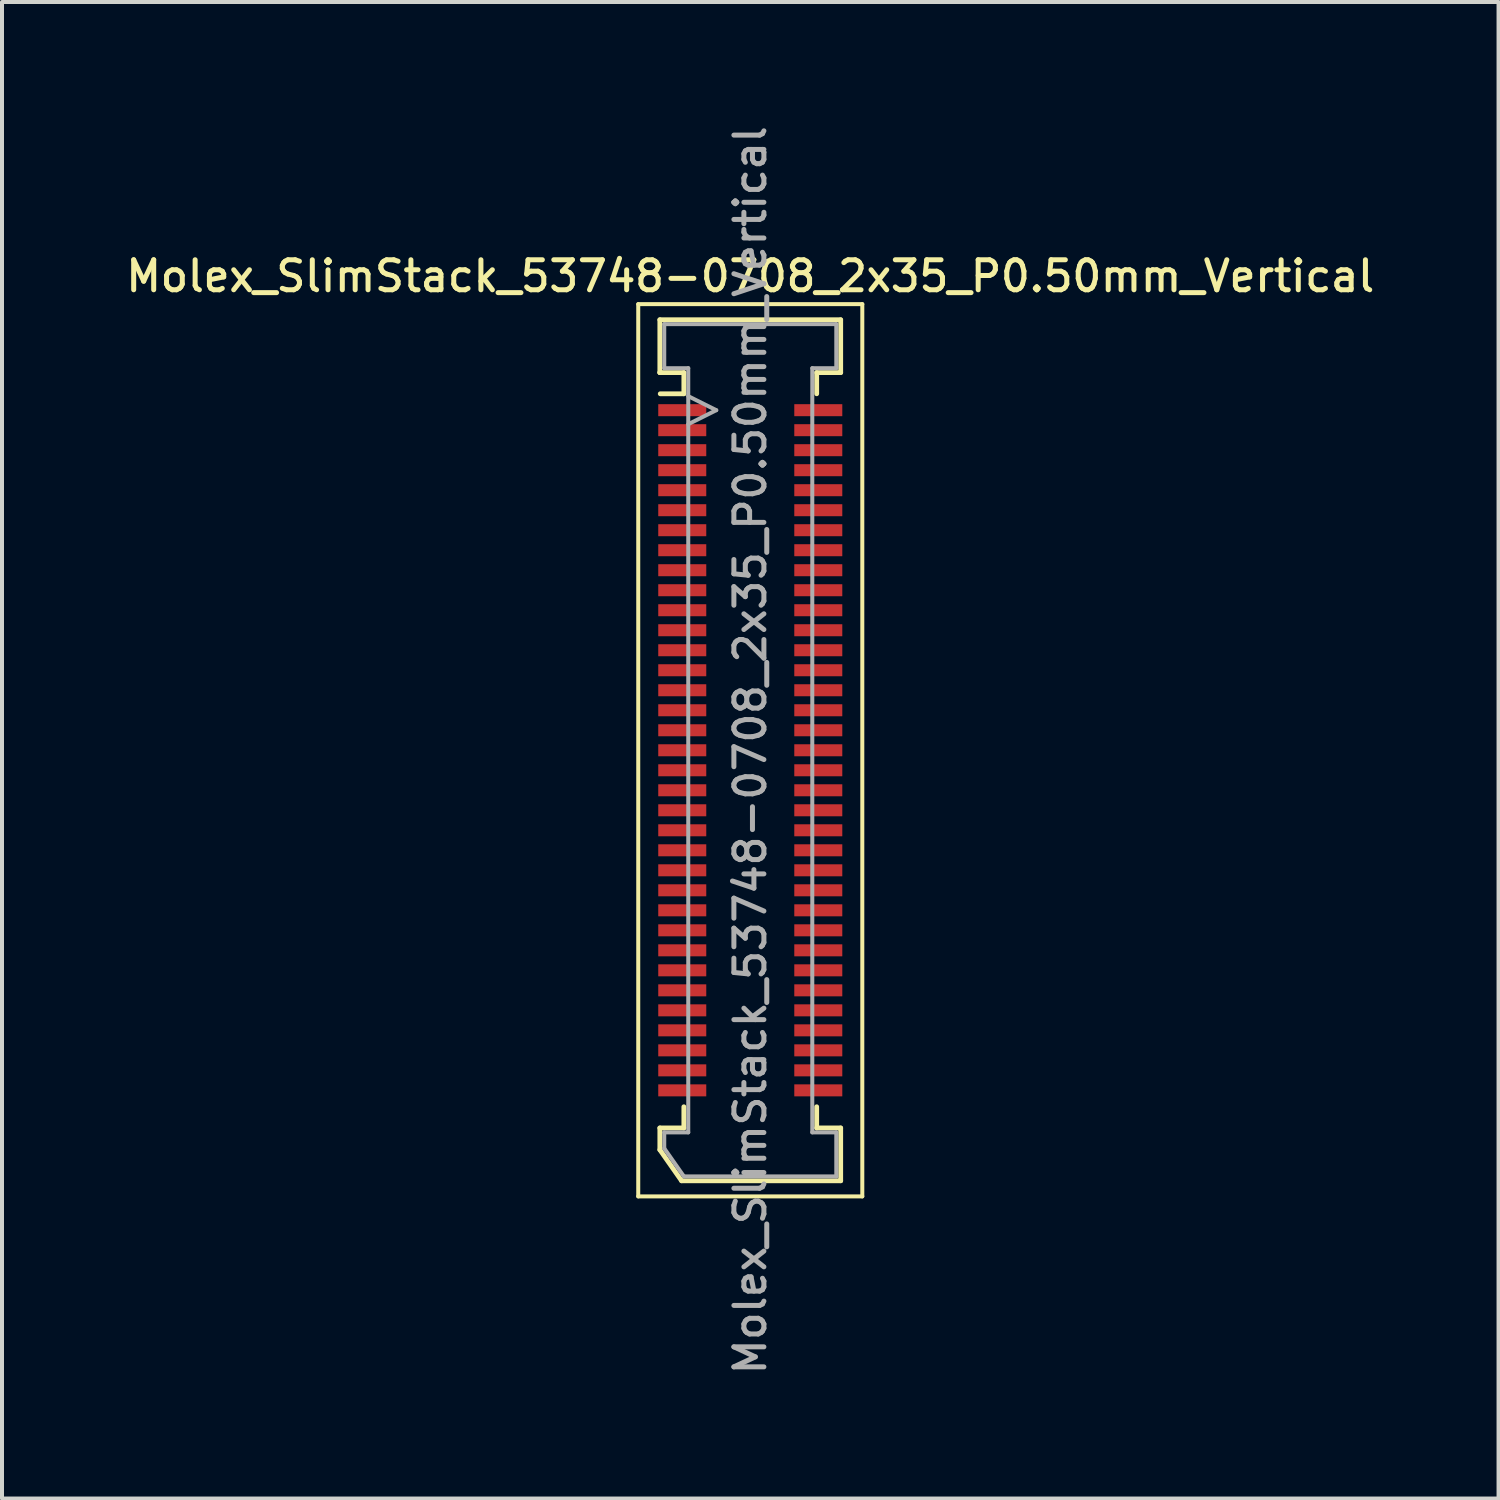
<source format=kicad_pcb>
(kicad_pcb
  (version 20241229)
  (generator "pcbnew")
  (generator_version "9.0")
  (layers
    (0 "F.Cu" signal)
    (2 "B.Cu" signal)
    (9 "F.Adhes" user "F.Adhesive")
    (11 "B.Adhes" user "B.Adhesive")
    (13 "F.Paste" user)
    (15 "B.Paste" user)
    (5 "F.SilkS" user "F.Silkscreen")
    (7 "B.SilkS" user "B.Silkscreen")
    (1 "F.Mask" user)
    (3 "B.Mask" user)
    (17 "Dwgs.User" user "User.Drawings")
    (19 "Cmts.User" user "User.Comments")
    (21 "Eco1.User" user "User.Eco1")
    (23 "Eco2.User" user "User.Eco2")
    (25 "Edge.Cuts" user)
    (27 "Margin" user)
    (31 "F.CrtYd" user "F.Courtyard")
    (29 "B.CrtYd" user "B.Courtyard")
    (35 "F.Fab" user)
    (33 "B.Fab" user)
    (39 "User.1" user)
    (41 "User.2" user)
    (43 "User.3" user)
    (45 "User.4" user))
  (footprint "Molex_SlimStack_53748-0708_2x35_P0.50mm_Vertical"
    (layer "F.Cu")
    (at 15.702 15.702)
    (property "Reference" "Molex_SlimStack_53748-0708_2x35_P0.50mm_Vertical" (at 0 -11.85 0) (layer "F.SilkS") (effects (font (size 0.75 0.75) (thickness 0.125))))
    (attr smd)
    (fp_line (start -2.8 -11.15) (end -2.8 11.15) (stroke (width 0.1) (type solid)) (layer "F.SilkS"))
    (fp_line (start -2.8 11.15) (end 2.8 11.15) (stroke (width 0.1) (type solid)) (layer "F.SilkS"))
    (fp_line (start -2.26 -10.76) (end -2.26 -9.44) (stroke (width 0.12) (type solid)) (layer "F.SilkS"))
    (fp_line (start -2.26 -9.44) (end -2.26 -9.44) (stroke (width 0.12) (type solid)) (layer "F.SilkS"))
    (fp_line (start -2.26 -9.44) (end -1.66 -9.44) (stroke (width 0.12) (type solid)) (layer "F.SilkS"))
    (fp_line (start -2.26 9.44) (end -1.66 9.44) (stroke (width 0.12) (type solid)) (layer "F.SilkS"))
    (fp_line (start -2.26 9.985) (end -2.26 9.44) (stroke (width 0.12) (type solid)) (layer "F.SilkS"))
    (fp_line (start -1.717 10.76) (end -2.26 9.985) (stroke (width 0.12) (type solid)) (layer "F.SilkS"))
    (fp_line (start -1.66 -9.44) (end -1.66 -8.91) (stroke (width 0.12) (type solid)) (layer "F.SilkS"))
    (fp_line (start -1.66 -8.91) (end -2.25 -8.91) (stroke (width 0.12) (type solid)) (layer "F.SilkS"))
    (fp_line (start -1.66 9.44) (end -1.66 8.91) (stroke (width 0.12) (type solid)) (layer "F.SilkS"))
    (fp_line (start 1.66 -9.44) (end 2.26 -9.44) (stroke (width 0.12) (type solid)) (layer "F.SilkS"))
    (fp_line (start 1.66 -8.91) (end 1.66 -9.44) (stroke (width 0.12) (type solid)) (layer "F.SilkS"))
    (fp_line (start 1.66 8.91) (end 1.66 9.44) (stroke (width 0.12) (type solid)) (layer "F.SilkS"))
    (fp_line (start 1.66 9.44) (end 2.26 9.44) (stroke (width 0.12) (type solid)) (layer "F.SilkS"))
    (fp_line (start 2.26 -10.76) (end -2.26 -10.76) (stroke (width 0.12) (type solid)) (layer "F.SilkS"))
    (fp_line (start 2.26 -9.44) (end 2.26 -10.76) (stroke (width 0.12) (type solid)) (layer "F.SilkS"))
    (fp_line (start 2.26 9.44) (end 2.26 10.76) (stroke (width 0.12) (type solid)) (layer "F.SilkS"))
    (fp_line (start 2.26 10.76) (end -1.717 10.76) (stroke (width 0.12) (type solid)) (layer "F.SilkS"))
    (fp_line (start 2.8 -11.15) (end -2.8 -11.15) (stroke (width 0.1) (type solid)) (layer "F.SilkS"))
    (fp_line (start 2.8 11.15) (end 2.8 -11.15) (stroke (width 0.1) (type solid)) (layer "F.SilkS"))
    (fp_line (start -2.15 -10.65) (end -2.15 -9.55) (stroke (width 0.1) (type solid)) (layer "F.Fab"))
    (fp_line (start -2.15 -9.55) (end -1.55 -9.55) (stroke (width 0.1) (type solid)) (layer "F.Fab"))
    (fp_line (start -2.15 9.55) (end -2.15 9.95) (stroke (width 0.1) (type solid)) (layer "F.Fab"))
    (fp_line (start -2.15 9.95) (end -1.66 10.65) (stroke (width 0.1) (type solid)) (layer "F.Fab"))
    (fp_line (start -1.66 10.65) (end 2.15 10.65) (stroke (width 0.1) (type solid)) (layer "F.Fab"))
    (fp_line (start -1.55 -9.55) (end -1.55 9.55) (stroke (width 0.1) (type solid)) (layer "F.Fab"))
    (fp_line (start -1.55 9.55) (end -2.15 9.55) (stroke (width 0.1) (type solid)) (layer "F.Fab"))
    (fp_line (start -0.85 -8.5) (end -1.55 -8.85) (stroke (width 0.1) (type solid)) (layer "F.Fab"))
    (fp_line (start -0.85 -8.5) (end -1.55 -8.15) (stroke (width 0.1) (type solid)) (layer "F.Fab"))
    (fp_line (start 1.55 -9.55) (end 2.15 -9.55) (stroke (width 0.1) (type solid)) (layer "F.Fab"))
    (fp_line (start 1.55 9.55) (end 1.55 -9.55) (stroke (width 0.1) (type solid)) (layer "F.Fab"))
    (fp_line (start 2.15 -10.65) (end -2.15 -10.65) (stroke (width 0.1) (type solid)) (layer "F.Fab"))
    (fp_line (start 2.15 -9.55) (end 2.15 -10.65) (stroke (width 0.1) (type solid)) (layer "F.Fab"))
    (fp_line (start 2.15 9.55) (end 1.55 9.55) (stroke (width 0.1) (type solid)) (layer "F.Fab"))
    (fp_line (start 2.15 10.65) (end 2.15 9.55) (stroke (width 0.1) (type solid)) (layer "F.Fab"))
    (fp_text user "${REFERENCE}" (at 0 0 90) (layer "F.Fab") (effects (font (size 0.75 0.75) (thickness 0.125))))
    (pad "1" smd rect (at -1.7 -8.5) (size 1.2 0.3) (layers "F.Cu" "F.Mask" "F.Paste"))
    (pad "2" smd rect (at 1.7 -8.5) (size 1.2 0.3) (layers "F.Cu" "F.Mask" "F.Paste"))
    (pad "3" smd rect (at -1.7 -8) (size 1.2 0.3) (layers "F.Cu" "F.Mask" "F.Paste"))
    (pad "4" smd rect (at 1.7 -8) (size 1.2 0.3) (layers "F.Cu" "F.Mask" "F.Paste"))
    (pad "5" smd rect (at -1.7 -7.5) (size 1.2 0.3) (layers "F.Cu" "F.Mask" "F.Paste"))
    (pad "6" smd rect (at 1.7 -7.5) (size 1.2 0.3) (layers "F.Cu" "F.Mask" "F.Paste"))
    (pad "7" smd rect (at -1.7 -7) (size 1.2 0.3) (layers "F.Cu" "F.Mask" "F.Paste"))
    (pad "8" smd rect (at 1.7 -7) (size 1.2 0.3) (layers "F.Cu" "F.Mask" "F.Paste"))
    (pad "9" smd rect (at -1.7 -6.5) (size 1.2 0.3) (layers "F.Cu" "F.Mask" "F.Paste"))
    (pad "10" smd rect (at 1.7 -6.5) (size 1.2 0.3) (layers "F.Cu" "F.Mask" "F.Paste"))
    (pad "11" smd rect (at -1.7 -6) (size 1.2 0.3) (layers "F.Cu" "F.Mask" "F.Paste"))
    (pad "12" smd rect (at 1.7 -6) (size 1.2 0.3) (layers "F.Cu" "F.Mask" "F.Paste"))
    (pad "13" smd rect (at -1.7 -5.5) (size 1.2 0.3) (layers "F.Cu" "F.Mask" "F.Paste"))
    (pad "14" smd rect (at 1.7 -5.5) (size 1.2 0.3) (layers "F.Cu" "F.Mask" "F.Paste"))
    (pad "15" smd rect (at -1.7 -5) (size 1.2 0.3) (layers "F.Cu" "F.Mask" "F.Paste"))
    (pad "16" smd rect (at 1.7 -5) (size 1.2 0.3) (layers "F.Cu" "F.Mask" "F.Paste"))
    (pad "17" smd rect (at -1.7 -4.5) (size 1.2 0.3) (layers "F.Cu" "F.Mask" "F.Paste"))
    (pad "18" smd rect (at 1.7 -4.5) (size 1.2 0.3) (layers "F.Cu" "F.Mask" "F.Paste"))
    (pad "19" smd rect (at -1.7 -4) (size 1.2 0.3) (layers "F.Cu" "F.Mask" "F.Paste"))
    (pad "20" smd rect (at 1.7 -4) (size 1.2 0.3) (layers "F.Cu" "F.Mask" "F.Paste"))
    (pad "21" smd rect (at -1.7 -3.5) (size 1.2 0.3) (layers "F.Cu" "F.Mask" "F.Paste"))
    (pad "22" smd rect (at 1.7 -3.5) (size 1.2 0.3) (layers "F.Cu" "F.Mask" "F.Paste"))
    (pad "23" smd rect (at -1.7 -3) (size 1.2 0.3) (layers "F.Cu" "F.Mask" "F.Paste"))
    (pad "24" smd rect (at 1.7 -3) (size 1.2 0.3) (layers "F.Cu" "F.Mask" "F.Paste"))
    (pad "25" smd rect (at -1.7 -2.5) (size 1.2 0.3) (layers "F.Cu" "F.Mask" "F.Paste"))
    (pad "26" smd rect (at 1.7 -2.5) (size 1.2 0.3) (layers "F.Cu" "F.Mask" "F.Paste"))
    (pad "27" smd rect (at -1.7 -2) (size 1.2 0.3) (layers "F.Cu" "F.Mask" "F.Paste"))
    (pad "28" smd rect (at 1.7 -2) (size 1.2 0.3) (layers "F.Cu" "F.Mask" "F.Paste"))
    (pad "29" smd rect (at -1.7 -1.5) (size 1.2 0.3) (layers "F.Cu" "F.Mask" "F.Paste"))
    (pad "30" smd rect (at 1.7 -1.5) (size 1.2 0.3) (layers "F.Cu" "F.Mask" "F.Paste"))
    (pad "31" smd rect (at -1.7 -1) (size 1.2 0.3) (layers "F.Cu" "F.Mask" "F.Paste"))
    (pad "32" smd rect (at 1.7 -1) (size 1.2 0.3) (layers "F.Cu" "F.Mask" "F.Paste"))
    (pad "33" smd rect (at -1.7 -0.5) (size 1.2 0.3) (layers "F.Cu" "F.Mask" "F.Paste"))
    (pad "34" smd rect (at 1.7 -0.5) (size 1.2 0.3) (layers "F.Cu" "F.Mask" "F.Paste"))
    (pad "35" smd rect (at -1.7 0) (size 1.2 0.3) (layers "F.Cu" "F.Mask" "F.Paste"))
    (pad "36" smd rect (at 1.7 0) (size 1.2 0.3) (layers "F.Cu" "F.Mask" "F.Paste"))
    (pad "37" smd rect (at -1.7 0.5) (size 1.2 0.3) (layers "F.Cu" "F.Mask" "F.Paste"))
    (pad "38" smd rect (at 1.7 0.5) (size 1.2 0.3) (layers "F.Cu" "F.Mask" "F.Paste"))
    (pad "39" smd rect (at -1.7 1) (size 1.2 0.3) (layers "F.Cu" "F.Mask" "F.Paste"))
    (pad "40" smd rect (at 1.7 1) (size 1.2 0.3) (layers "F.Cu" "F.Mask" "F.Paste"))
    (pad "41" smd rect (at -1.7 1.5) (size 1.2 0.3) (layers "F.Cu" "F.Mask" "F.Paste"))
    (pad "42" smd rect (at 1.7 1.5) (size 1.2 0.3) (layers "F.Cu" "F.Mask" "F.Paste"))
    (pad "43" smd rect (at -1.7 2) (size 1.2 0.3) (layers "F.Cu" "F.Mask" "F.Paste"))
    (pad "44" smd rect (at 1.7 2) (size 1.2 0.3) (layers "F.Cu" "F.Mask" "F.Paste"))
    (pad "45" smd rect (at -1.7 2.5) (size 1.2 0.3) (layers "F.Cu" "F.Mask" "F.Paste"))
    (pad "46" smd rect (at 1.7 2.5) (size 1.2 0.3) (layers "F.Cu" "F.Mask" "F.Paste"))
    (pad "47" smd rect (at -1.7 3) (size 1.2 0.3) (layers "F.Cu" "F.Mask" "F.Paste"))
    (pad "48" smd rect (at 1.7 3) (size 1.2 0.3) (layers "F.Cu" "F.Mask" "F.Paste"))
    (pad "49" smd rect (at -1.7 3.5) (size 1.2 0.3) (layers "F.Cu" "F.Mask" "F.Paste"))
    (pad "50" smd rect (at 1.7 3.5) (size 1.2 0.3) (layers "F.Cu" "F.Mask" "F.Paste"))
    (pad "51" smd rect (at -1.7 4) (size 1.2 0.3) (layers "F.Cu" "F.Mask" "F.Paste"))
    (pad "52" smd rect (at 1.7 4) (size 1.2 0.3) (layers "F.Cu" "F.Mask" "F.Paste"))
    (pad "53" smd rect (at -1.7 4.5) (size 1.2 0.3) (layers "F.Cu" "F.Mask" "F.Paste"))
    (pad "54" smd rect (at 1.7 4.5) (size 1.2 0.3) (layers "F.Cu" "F.Mask" "F.Paste"))
    (pad "55" smd rect (at -1.7 5) (size 1.2 0.3) (layers "F.Cu" "F.Mask" "F.Paste"))
    (pad "56" smd rect (at 1.7 5) (size 1.2 0.3) (layers "F.Cu" "F.Mask" "F.Paste"))
    (pad "57" smd rect (at -1.7 5.5) (size 1.2 0.3) (layers "F.Cu" "F.Mask" "F.Paste"))
    (pad "58" smd rect (at 1.7 5.5) (size 1.2 0.3) (layers "F.Cu" "F.Mask" "F.Paste"))
    (pad "59" smd rect (at -1.7 6) (size 1.2 0.3) (layers "F.Cu" "F.Mask" "F.Paste"))
    (pad "60" smd rect (at 1.7 6) (size 1.2 0.3) (layers "F.Cu" "F.Mask" "F.Paste"))
    (pad "61" smd rect (at -1.7 6.5) (size 1.2 0.3) (layers "F.Cu" "F.Mask" "F.Paste"))
    (pad "62" smd rect (at 1.7 6.5) (size 1.2 0.3) (layers "F.Cu" "F.Mask" "F.Paste"))
    (pad "63" smd rect (at -1.7 7) (size 1.2 0.3) (layers "F.Cu" "F.Mask" "F.Paste"))
    (pad "64" smd rect (at 1.7 7) (size 1.2 0.3) (layers "F.Cu" "F.Mask" "F.Paste"))
    (pad "65" smd rect (at -1.7 7.5) (size 1.2 0.3) (layers "F.Cu" "F.Mask" "F.Paste"))
    (pad "66" smd rect (at 1.7 7.5) (size 1.2 0.3) (layers "F.Cu" "F.Mask" "F.Paste"))
    (pad "67" smd rect (at -1.7 8) (size 1.2 0.3) (layers "F.Cu" "F.Mask" "F.Paste"))
    (pad "68" smd rect (at 1.7 8) (size 1.2 0.3) (layers "F.Cu" "F.Mask" "F.Paste"))
    (pad "69" smd rect (at -1.7 8.5) (size 1.2 0.3) (layers "F.Cu" "F.Mask" "F.Paste"))
    (pad "70" smd rect (at 1.7 8.5) (size 1.2 0.3) (layers "F.Cu" "F.Mask" "F.Paste")))
  (gr_rect
    (start -3 -3)
    (end 34.404 34.404)
    (stroke (width 0.1) (type default))
    (fill no)
    (layer "Edge.Cuts")))
</source>
